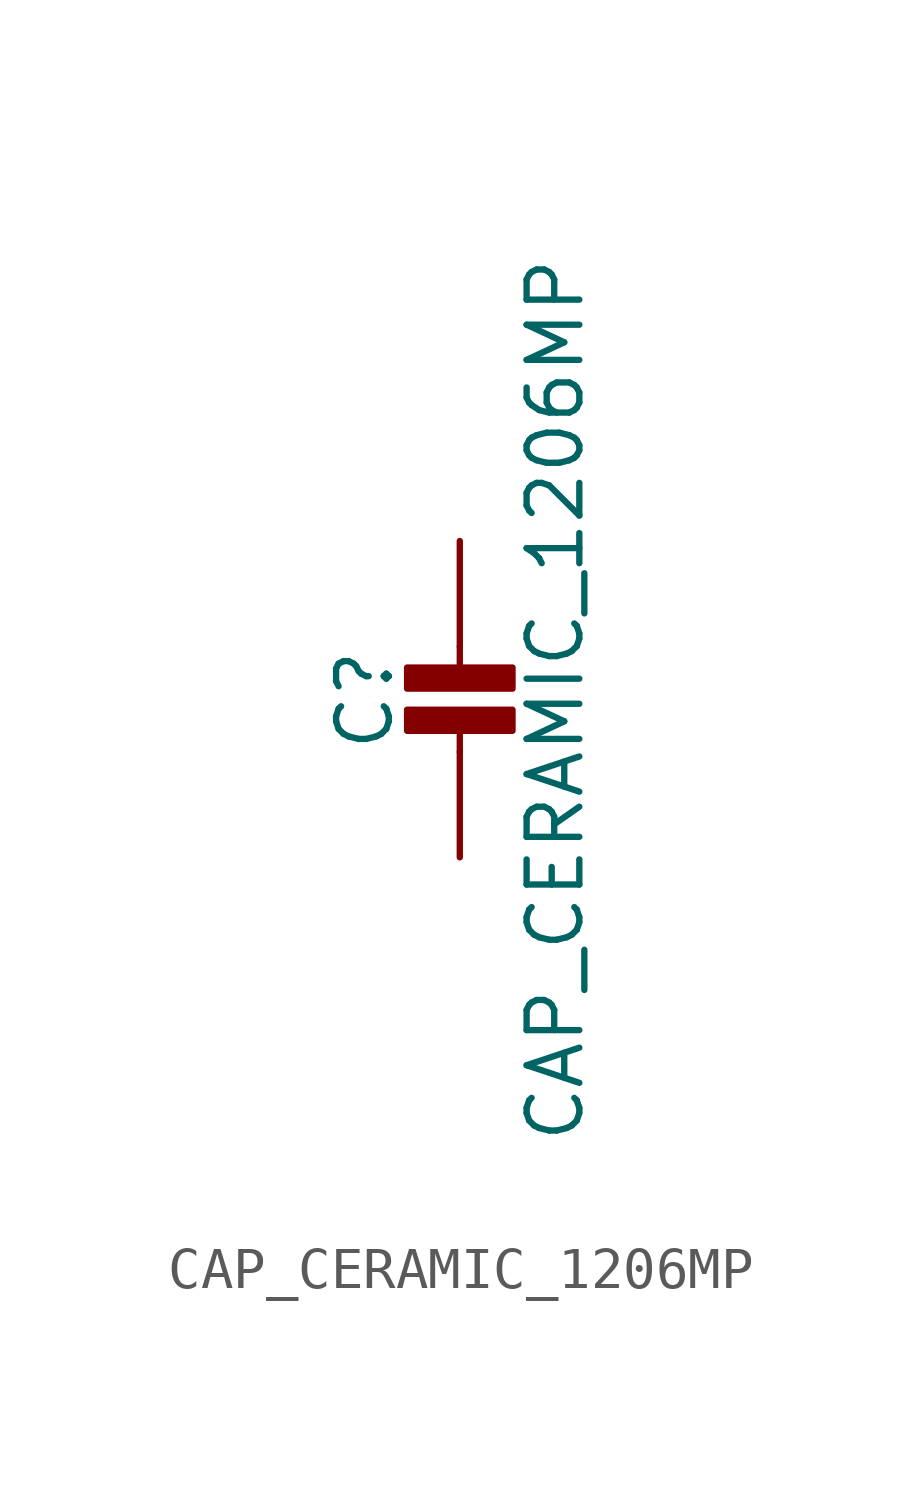
<source format=kicad_sym>
(kicad_symbol_lib
  (version 20211014)
  (generator kicad_symbol_editor)
  (symbol "CAP_CERAMIC_1206MP"
    (property "Reference" "C"
      (at -2.29 1.25 90)
      (effects (font (size 1.27 1.27))))
    (property "Value" "CAP_CERAMIC_1206MP"
      (at 2.3 1.25 90)
      (effects (font (size 1.27 1.27))))
    (property "ki_locked" ""
      (at 0 0 0)
      (effects (font (size 1.27 1.27))))
    (symbol "CAP_CERAMIC_1206MP_1_0"
      (rectangle (start -1.27 0.508) (end 1.27 1.016) (stroke (width 0) (type default) (color 0 0 0 0)) (fill (type outline)))
      (rectangle (start -1.27 1.524) (end 1.27 2.032) (stroke (width 0) (type default) (color 0 0 0 0)) (fill (type outline)))
      (polyline (pts (xy 0 0.762) (xy 0 0)) (stroke (width 0.152) (type default) (color 0 0 0 0)) (fill (type none)))
      (polyline (pts (xy 0 2.54) (xy 0 1.778)) (stroke (width 0.152) (type default) (color 0 0 0 0)) (fill (type none)))
      (pin passive line (at 0 5.08 270) (length 2.54) (name "1" (effects (font (size 0 0)))) (number "1" (effects (font (size 0 0)))))
      (pin passive line (at 0 -2.54 90) (length 2.54) (name "2" (effects (font (size 0 0)))) (number "2" (effects (font (size 0 0))))))))
</source>
